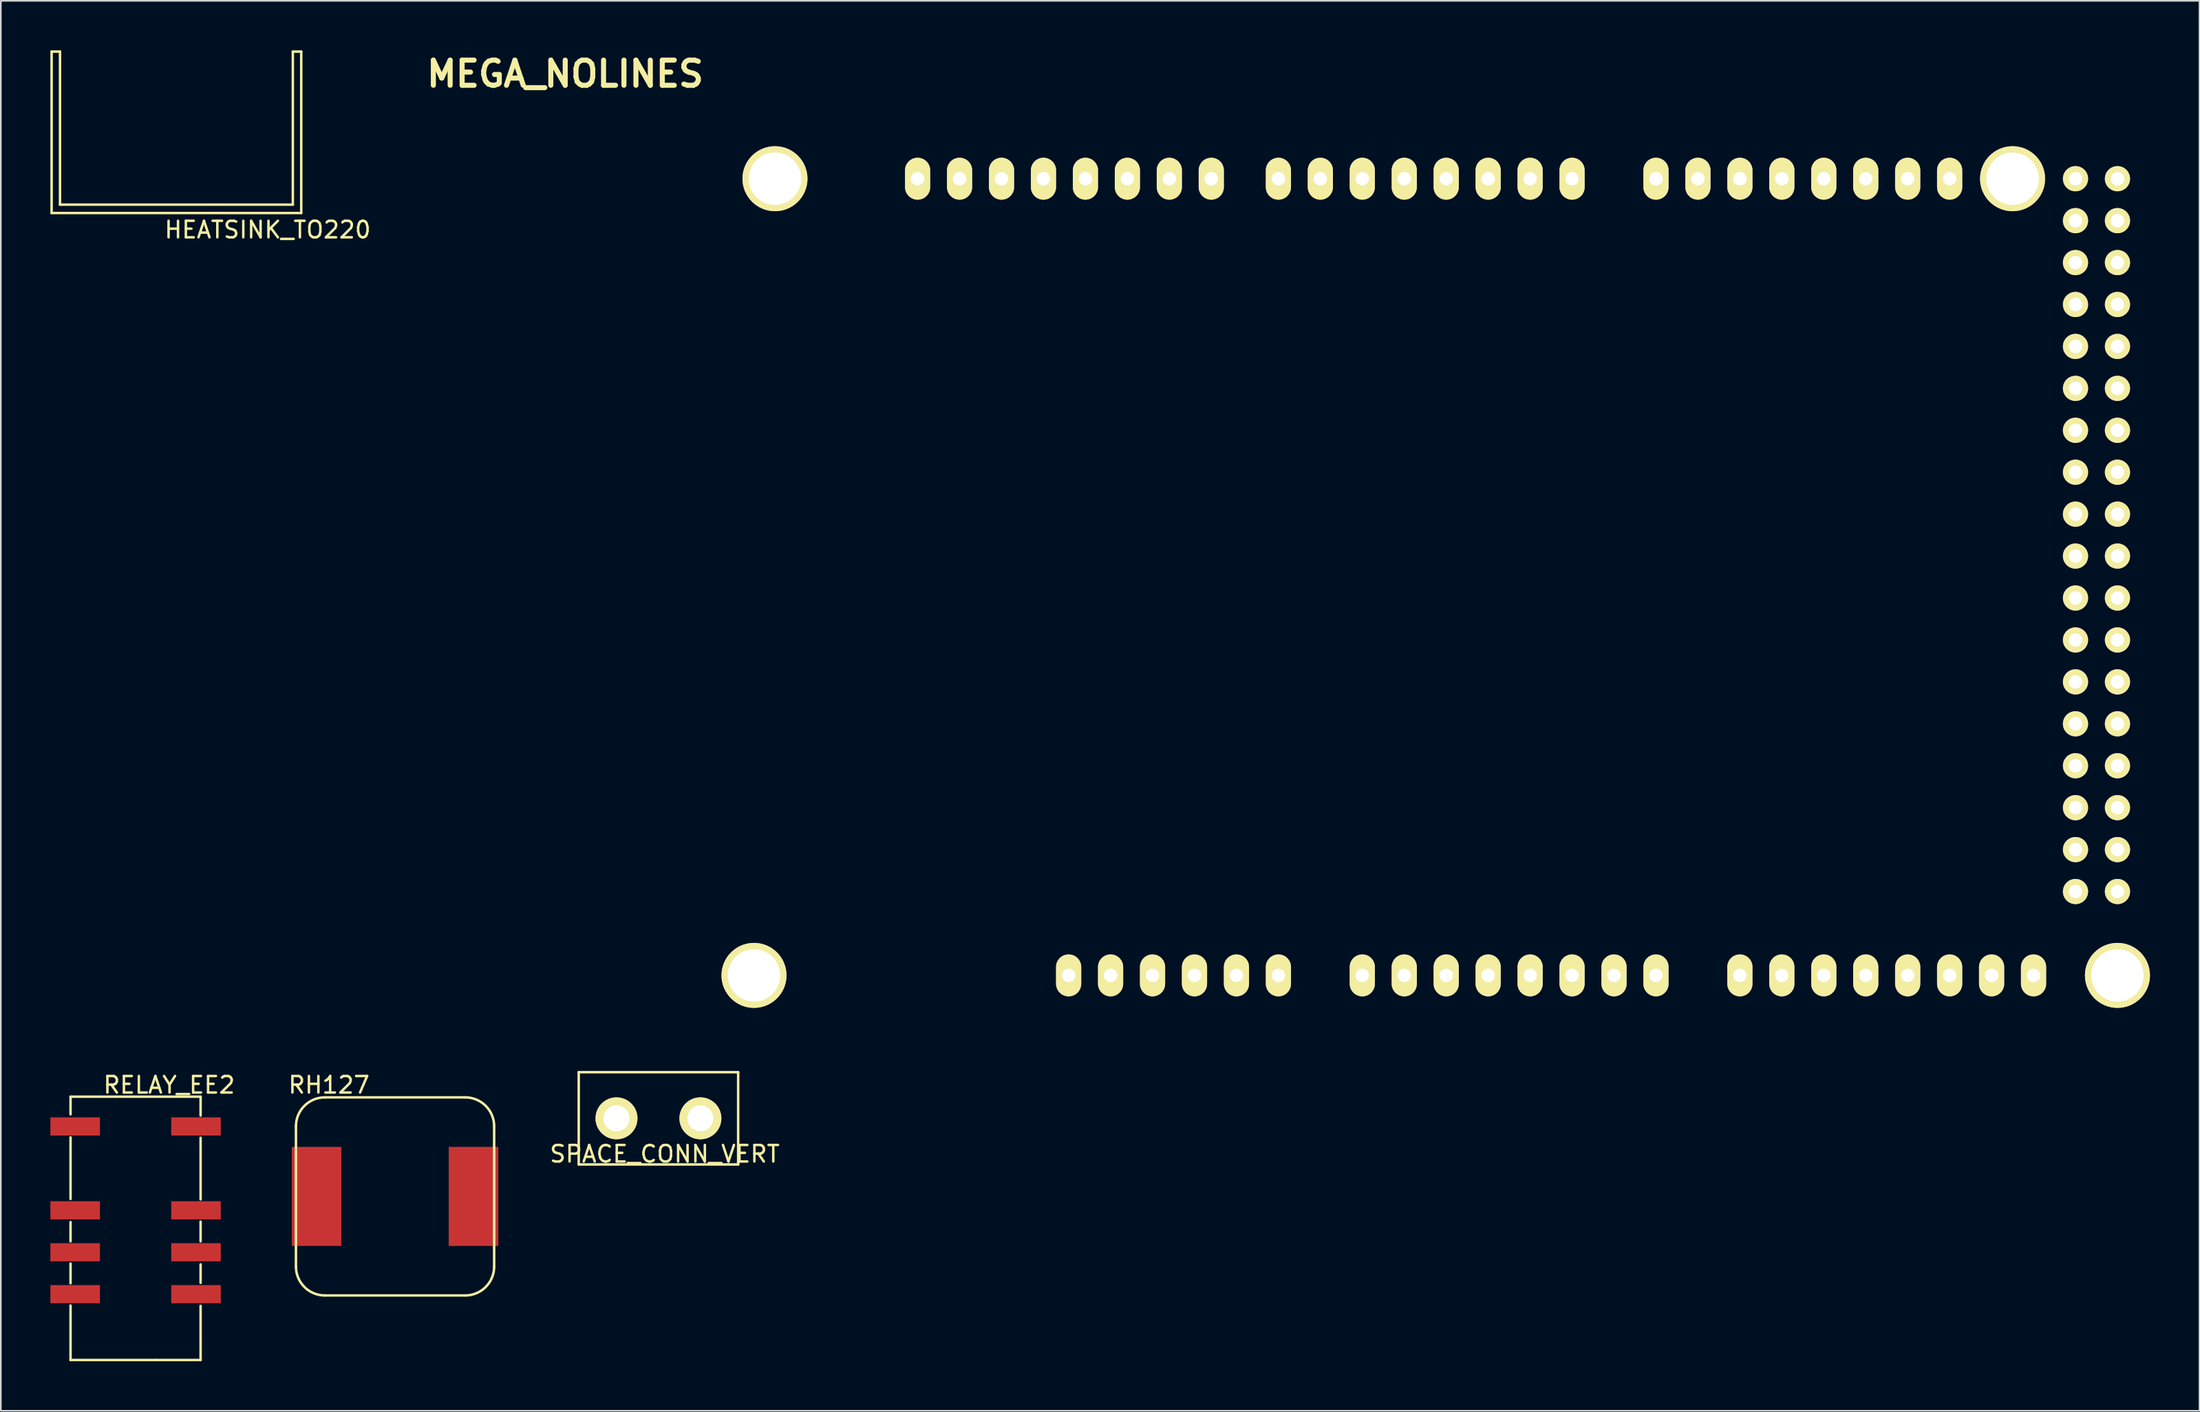
<source format=kicad_pcb>
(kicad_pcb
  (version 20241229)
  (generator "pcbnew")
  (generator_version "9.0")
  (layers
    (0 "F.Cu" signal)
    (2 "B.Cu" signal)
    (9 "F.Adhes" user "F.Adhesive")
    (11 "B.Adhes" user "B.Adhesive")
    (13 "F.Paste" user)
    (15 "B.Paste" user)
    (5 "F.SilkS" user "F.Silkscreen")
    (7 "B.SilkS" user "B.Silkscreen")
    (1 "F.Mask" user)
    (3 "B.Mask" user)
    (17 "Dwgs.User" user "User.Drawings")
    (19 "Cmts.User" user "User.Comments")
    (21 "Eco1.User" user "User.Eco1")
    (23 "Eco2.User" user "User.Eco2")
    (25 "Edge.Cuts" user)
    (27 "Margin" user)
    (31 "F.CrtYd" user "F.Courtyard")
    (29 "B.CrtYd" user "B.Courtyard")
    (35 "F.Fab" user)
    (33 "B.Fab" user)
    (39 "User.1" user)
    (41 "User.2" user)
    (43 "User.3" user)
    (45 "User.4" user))
  (footprint "MEGA_NOLINES"
    (layer "F.Cu")
    (at 28.63 58.576)
    (property "Reference" "MEGA_NOLINES" (at 2.54 -57.15 0) (layer "F.SilkS") (effects (font (size 1.524 1.524) (thickness 0.305))))
    (attr through_hole)
    (pad "" thru_hole circle (at 13.97 -2.54 90) (size 3.937 3.937) (drill 3.175) (layers "*.Cu" "*.Mask" "F.SilkS"))
    (pad "" thru_hole circle (at 15.24 -50.8 90) (size 3.937 3.937) (drill 3.175) (layers "*.Cu" "*.Mask" "F.SilkS"))
    (pad "" thru_hole circle (at 90.17 -50.8 90) (size 3.937 3.937) (drill 3.175) (layers "*.Cu" "*.Mask" "F.SilkS"))
    (pad "" thru_hole circle (at 96.52 -2.54 90) (size 3.937 3.937) (drill 3.175) (layers "*.Cu" "*.Mask" "F.SilkS"))
    (pad "0" thru_hole oval (at 63.5 -50.8 90) (size 2.54 1.524) (drill 0.813) (layers "*.Cu" "*.Mask" "F.SilkS"))
    (pad "1" thru_hole oval (at 60.96 -50.8 90) (size 2.54 1.524) (drill 0.813) (layers "*.Cu" "*.Mask" "F.SilkS"))
    (pad "2" thru_hole oval (at 58.42 -50.8 90) (size 2.54 1.524) (drill 0.813) (layers "*.Cu" "*.Mask" "F.SilkS"))
    (pad "3" thru_hole oval (at 55.88 -50.8 90) (size 2.54 1.524) (drill 0.813) (layers "*.Cu" "*.Mask" "F.SilkS"))
    (pad "3V3" thru_hole oval (at 35.56 -2.54 90) (size 2.54 1.524) (drill 0.813) (layers "*.Cu" "*.Mask" "F.SilkS"))
    (pad "4" thru_hole oval (at 53.34 -50.8 90) (size 2.54 1.524) (drill 0.813) (layers "*.Cu" "*.Mask" "F.SilkS"))
    (pad "5" thru_hole oval (at 50.8 -50.8 90) (size 2.54 1.524) (drill 0.813) (layers "*.Cu" "*.Mask" "F.SilkS"))
    (pad "5V" thru_hole oval (at 38.1 -2.54 90) (size 2.54 1.524) (drill 0.813) (layers "*.Cu" "*.Mask" "F.SilkS"))
    (pad "5V_4" thru_hole circle (at 93.98 -50.8) (size 1.524 1.524) (drill 0.813) (layers "*.Cu" "*.Mask" "F.SilkS"))
    (pad "5V_5" thru_hole circle (at 96.52 -50.8) (size 1.524 1.524) (drill 0.813) (layers "*.Cu" "*.Mask" "F.SilkS"))
    (pad "6" thru_hole oval (at 48.26 -50.8 90) (size 2.54 1.524) (drill 0.813) (layers "*.Cu" "*.Mask" "F.SilkS"))
    (pad "7" thru_hole oval (at 45.72 -50.8 90) (size 2.54 1.524) (drill 0.813) (layers "*.Cu" "*.Mask" "F.SilkS"))
    (pad "8" thru_hole oval (at 41.656 -50.8 90) (size 2.54 1.524) (drill 0.813) (layers "*.Cu" "*.Mask" "F.SilkS"))
    (pad "9" thru_hole oval (at 39.116 -50.8 90) (size 2.54 1.524) (drill 0.813) (layers "*.Cu" "*.Mask" "F.SilkS"))
    (pad "10" thru_hole oval (at 36.576 -50.8 90) (size 2.54 1.524) (drill 0.813) (layers "*.Cu" "*.Mask" "F.SilkS"))
    (pad "11" thru_hole oval (at 34.036 -50.8 90) (size 2.54 1.524) (drill 0.813) (layers "*.Cu" "*.Mask" "F.SilkS"))
    (pad "12" thru_hole oval (at 31.496 -50.8 90) (size 2.54 1.524) (drill 0.813) (layers "*.Cu" "*.Mask" "F.SilkS"))
    (pad "13" thru_hole oval (at 28.956 -50.8 90) (size 2.54 1.524) (drill 0.813) (layers "*.Cu" "*.Mask" "F.SilkS"))
    (pad "14" thru_hole oval (at 68.58 -50.8 90) (size 2.54 1.524) (drill 0.813) (layers "*.Cu" "*.Mask" "F.SilkS"))
    (pad "15" thru_hole oval (at 71.12 -50.8 90) (size 2.54 1.524) (drill 0.813) (layers "*.Cu" "*.Mask" "F.SilkS"))
    (pad "16" thru_hole oval (at 73.66 -50.8 90) (size 2.54 1.524) (drill 0.813) (layers "*.Cu" "*.Mask" "F.SilkS"))
    (pad "17" thru_hole oval (at 76.2 -50.8 90) (size 2.54 1.524) (drill 0.813) (layers "*.Cu" "*.Mask" "F.SilkS"))
    (pad "18" thru_hole oval (at 78.74 -50.8 90) (size 2.54 1.524) (drill 0.813) (layers "*.Cu" "*.Mask" "F.SilkS"))
    (pad "19" thru_hole oval (at 81.28 -50.8 90) (size 2.54 1.524) (drill 0.813) (layers "*.Cu" "*.Mask" "F.SilkS"))
    (pad "20" thru_hole oval (at 83.82 -50.8 90) (size 2.54 1.524) (drill 0.813) (layers "*.Cu" "*.Mask" "F.SilkS"))
    (pad "21" thru_hole oval (at 86.36 -50.8 90) (size 2.54 1.524) (drill 0.813) (layers "*.Cu" "*.Mask" "F.SilkS"))
    (pad "22" thru_hole circle (at 93.98 -48.26) (size 1.524 1.524) (drill 0.813) (layers "*.Cu" "*.Mask" "F.SilkS"))
    (pad "23" thru_hole circle (at 96.52 -48.26) (size 1.524 1.524) (drill 0.813) (layers "*.Cu" "*.Mask" "F.SilkS"))
    (pad "24" thru_hole circle (at 93.98 -45.72) (size 1.524 1.524) (drill 0.813) (layers "*.Cu" "*.Mask" "F.SilkS"))
    (pad "25" thru_hole circle (at 96.52 -45.72) (size 1.524 1.524) (drill 0.813) (layers "*.Cu" "*.Mask" "F.SilkS"))
    (pad "26" thru_hole circle (at 93.98 -43.18) (size 1.524 1.524) (drill 0.813) (layers "*.Cu" "*.Mask" "F.SilkS"))
    (pad "27" thru_hole circle (at 96.52 -43.18) (size 1.524 1.524) (drill 0.813) (layers "*.Cu" "*.Mask" "F.SilkS"))
    (pad "28" thru_hole circle (at 93.98 -40.64) (size 1.524 1.524) (drill 0.813) (layers "*.Cu" "*.Mask" "F.SilkS"))
    (pad "29" thru_hole circle (at 96.52 -40.64) (size 1.524 1.524) (drill 0.813) (layers "*.Cu" "*.Mask" "F.SilkS"))
    (pad "30" thru_hole circle (at 93.98 -38.1) (size 1.524 1.524) (drill 0.813) (layers "*.Cu" "*.Mask" "F.SilkS"))
    (pad "31" thru_hole circle (at 96.52 -38.1) (size 1.524 1.524) (drill 0.813) (layers "*.Cu" "*.Mask" "F.SilkS"))
    (pad "32" thru_hole circle (at 93.98 -35.56) (size 1.524 1.524) (drill 0.813) (layers "*.Cu" "*.Mask" "F.SilkS"))
    (pad "33" thru_hole circle (at 96.52 -35.56) (size 1.524 1.524) (drill 0.813) (layers "*.Cu" "*.Mask" "F.SilkS"))
    (pad "34" thru_hole circle (at 93.98 -33.02) (size 1.524 1.524) (drill 0.813) (layers "*.Cu" "*.Mask" "F.SilkS"))
    (pad "35" thru_hole circle (at 96.52 -33.02) (size 1.524 1.524) (drill 0.813) (layers "*.Cu" "*.Mask" "F.SilkS"))
    (pad "36" thru_hole circle (at 93.98 -30.48) (size 1.524 1.524) (drill 0.813) (layers "*.Cu" "*.Mask" "F.SilkS"))
    (pad "37" thru_hole circle (at 96.52 -30.48) (size 1.524 1.524) (drill 0.813) (layers "*.Cu" "*.Mask" "F.SilkS"))
    (pad "38" thru_hole circle (at 93.98 -27.94) (size 1.524 1.524) (drill 0.813) (layers "*.Cu" "*.Mask" "F.SilkS"))
    (pad "39" thru_hole circle (at 96.52 -27.94) (size 1.524 1.524) (drill 0.813) (layers "*.Cu" "*.Mask" "F.SilkS"))
    (pad "40" thru_hole circle (at 93.98 -25.4) (size 1.524 1.524) (drill 0.813) (layers "*.Cu" "*.Mask" "F.SilkS"))
    (pad "41" thru_hole circle (at 96.52 -25.4) (size 1.524 1.524) (drill 0.813) (layers "*.Cu" "*.Mask" "F.SilkS"))
    (pad "42" thru_hole circle (at 93.98 -22.86) (size 1.524 1.524) (drill 0.813) (layers "*.Cu" "*.Mask" "F.SilkS"))
    (pad "43" thru_hole circle (at 96.52 -22.86) (size 1.524 1.524) (drill 0.813) (layers "*.Cu" "*.Mask" "F.SilkS"))
    (pad "44" thru_hole circle (at 93.98 -20.32) (size 1.524 1.524) (drill 0.813) (layers "*.Cu" "*.Mask" "F.SilkS"))
    (pad "45" thru_hole circle (at 96.52 -20.32) (size 1.524 1.524) (drill 0.813) (layers "*.Cu" "*.Mask" "F.SilkS"))
    (pad "46" thru_hole circle (at 93.98 -17.78) (size 1.524 1.524) (drill 0.813) (layers "*.Cu" "*.Mask" "F.SilkS"))
    (pad "47" thru_hole circle (at 96.52 -17.78) (size 1.524 1.524) (drill 0.813) (layers "*.Cu" "*.Mask" "F.SilkS"))
    (pad "48" thru_hole circle (at 93.98 -15.24) (size 1.524 1.524) (drill 0.813) (layers "*.Cu" "*.Mask" "F.SilkS"))
    (pad "49" thru_hole circle (at 96.52 -15.24) (size 1.524 1.524) (drill 0.813) (layers "*.Cu" "*.Mask" "F.SilkS"))
    (pad "50" thru_hole circle (at 93.98 -12.7) (size 1.524 1.524) (drill 0.813) (layers "*.Cu" "*.Mask" "F.SilkS"))
    (pad "51" thru_hole circle (at 96.52 -12.7) (size 1.524 1.524) (drill 0.813) (layers "*.Cu" "*.Mask" "F.SilkS"))
    (pad "52" thru_hole circle (at 93.98 -10.16) (size 1.524 1.524) (drill 0.813) (layers "*.Cu" "*.Mask" "F.SilkS"))
    (pad "53" thru_hole circle (at 96.52 -10.16) (size 1.524 1.524) (drill 0.813) (layers "*.Cu" "*.Mask" "F.SilkS"))
    (pad "AD0" thru_hole oval (at 50.8 -2.54 90) (size 2.54 1.524) (drill 0.813) (layers "*.Cu" "*.Mask" "F.SilkS"))
    (pad "AD1" thru_hole oval (at 53.34 -2.54 90) (size 2.54 1.524) (drill 0.813) (layers "*.Cu" "*.Mask" "F.SilkS"))
    (pad "AD2" thru_hole oval (at 55.88 -2.54 90) (size 2.54 1.524) (drill 0.813) (layers "*.Cu" "*.Mask" "F.SilkS"))
    (pad "AD3" thru_hole oval (at 58.42 -2.54 90) (size 2.54 1.524) (drill 0.813) (layers "*.Cu" "*.Mask" "F.SilkS"))
    (pad "AD4" thru_hole oval (at 60.96 -2.54 90) (size 2.54 1.524) (drill 0.813) (layers "*.Cu" "*.Mask" "F.SilkS"))
    (pad "AD5" thru_hole oval (at 63.5 -2.54 90) (size 2.54 1.524) (drill 0.813) (layers "*.Cu" "*.Mask" "F.SilkS"))
    (pad "AD6" thru_hole oval (at 66.04 -2.54 90) (size 2.54 1.524) (drill 0.813) (layers "*.Cu" "*.Mask" "F.SilkS"))
    (pad "AD7" thru_hole oval (at 68.58 -2.54 90) (size 2.54 1.524) (drill 0.813) (layers "*.Cu" "*.Mask" "F.SilkS"))
    (pad "AD8" thru_hole oval (at 73.66 -2.54 90) (size 2.54 1.524) (drill 0.813) (layers "*.Cu" "*.Mask" "F.SilkS"))
    (pad "AD9" thru_hole oval (at 76.2 -2.54 90) (size 2.54 1.524) (drill 0.813) (layers "*.Cu" "*.Mask" "F.SilkS"))
    (pad "AD10" thru_hole oval (at 78.74 -2.54 90) (size 2.54 1.524) (drill 0.813) (layers "*.Cu" "*.Mask" "F.SilkS"))
    (pad "AD11" thru_hole oval (at 81.28 -2.54 90) (size 2.54 1.524) (drill 0.813) (layers "*.Cu" "*.Mask" "F.SilkS"))
    (pad "AD12" thru_hole oval (at 83.82 -2.54 90) (size 2.54 1.524) (drill 0.813) (layers "*.Cu" "*.Mask" "F.SilkS"))
    (pad "AD13" thru_hole oval (at 86.36 -2.54 90) (size 2.54 1.524) (drill 0.813) (layers "*.Cu" "*.Mask" "F.SilkS"))
    (pad "AD14" thru_hole oval (at 88.9 -2.54 90) (size 2.54 1.524) (drill 0.813) (layers "*.Cu" "*.Mask" "F.SilkS"))
    (pad "AD15" thru_hole oval (at 91.44 -2.54 90) (size 2.54 1.524) (drill 0.813) (layers "*.Cu" "*.Mask" "F.SilkS"))
    (pad "AREF" thru_hole oval (at 23.876 -50.8 90) (size 2.54 1.524) (drill 0.813) (layers "*.Cu" "*.Mask" "F.SilkS"))
    (pad "GND1" thru_hole oval (at 40.64 -2.54 90) (size 2.54 1.524) (drill 0.813) (layers "*.Cu" "*.Mask" "F.SilkS"))
    (pad "GND2" thru_hole oval (at 43.18 -2.54 90) (size 2.54 1.524) (drill 0.813) (layers "*.Cu" "*.Mask" "F.SilkS"))
    (pad "GND3" thru_hole oval (at 26.416 -50.8 90) (size 2.54 1.524) (drill 0.813) (layers "*.Cu" "*.Mask" "F.SilkS"))
    (pad "GND4" thru_hole circle (at 93.98 -7.62) (size 1.524 1.524) (drill 0.813) (layers "*.Cu" "*.Mask" "F.SilkS"))
    (pad "GND5" thru_hole circle (at 96.52 -7.62) (size 1.524 1.524) (drill 0.813) (layers "*.Cu" "*.Mask" "F.SilkS"))
    (pad "RST" thru_hole oval (at 33.02 -2.54 90) (size 2.54 1.524) (drill 0.813) (layers "*.Cu" "*.Mask" "F.SilkS"))
    (pad "V_IN" thru_hole oval (at 45.72 -2.54 90) (size 2.54 1.524) (drill 0.813) (layers "*.Cu" "*.Mask" "F.SilkS")))
  (footprint "RH127"
    (layer "F.Cu")
    (at 18.118 70.425)
    (property "Reference" "RH127" (at -1.25 -7.75 0) (layer "F.SilkS") (effects (font (size 1 1) (thickness 0.15))))
    (attr through_hole)
    (fp_line (start -3.25 -5.25) (end -3.25 3.25) (stroke (width 0.15) (type solid)) (layer "F.SilkS"))
    (fp_line (start -1.5 5) (end 7 5) (stroke (width 0.15) (type solid)) (layer "F.SilkS"))
    (fp_line (start 7 -7) (end -1.5 -7) (stroke (width 0.15) (type solid)) (layer "F.SilkS"))
    (fp_line (start 8.75 3.25) (end 8.75 -5.25) (stroke (width 0.15) (type solid)) (layer "F.SilkS"))
    (fp_arc (start -3.25 -5.25) (mid -2.737437 -6.487437) (end -1.5 -7) (stroke (width 0.15) (type solid)) (layer "F.SilkS"))
    (fp_arc (start -1.5 5) (mid -2.737437 4.487437) (end -3.25 3.25) (stroke (width 0.15) (type solid)) (layer "F.SilkS"))
    (fp_arc (start 7 -7) (mid 8.237437 -6.487437) (end 8.75 -5.25) (stroke (width 0.15) (type solid)) (layer "F.SilkS"))
    (fp_arc (start 8.75 3.25) (mid 8.237437 4.487437) (end 7 5) (stroke (width 0.15) (type solid)) (layer "F.SilkS"))
    (pad "1" smd rect (at -2 -1) (size 3 6) (layers "F.Cu" "F.Mask" "F.Paste"))
    (pad "2" smd rect (at 7.5 -1) (size 3 6) (layers "F.Cu" "F.Mask" "F.Paste")))
  (footprint "HEATSINK_TO220"
    (layer "F.Cu")
    (at 3.758 5.282)
    (property "Reference" "HEATSINK_TO220" (at 9.398 5.588 0) (layer "F.SilkS") (effects (font (size 1 1) (thickness 0.15))))
    (attr through_hole)
    (fp_line (start -3.683 -5.207) (end -3.175 -5.207) (stroke (width 0.15) (type solid)) (layer "F.SilkS"))
    (fp_line (start -3.683 4.572) (end -3.683 -5.207) (stroke (width 0.15) (type solid)) (layer "F.SilkS"))
    (fp_line (start -3.175 -5.207) (end -3.175 4.064) (stroke (width 0.15) (type solid)) (layer "F.SilkS"))
    (fp_line (start -3.175 4.064) (end -3.048 4.064) (stroke (width 0.15) (type solid)) (layer "F.SilkS"))
    (fp_line (start -3.048 4.064) (end 10.922 4.064) (stroke (width 0.15) (type solid)) (layer "F.SilkS"))
    (fp_line (start 10.922 -5.207) (end 11.43 -5.207) (stroke (width 0.15) (type solid)) (layer "F.SilkS"))
    (fp_line (start 10.922 4.064) (end 10.922 -5.207) (stroke (width 0.15) (type solid)) (layer "F.SilkS"))
    (fp_line (start 11.43 -5.207) (end 11.43 4.572) (stroke (width 0.15) (type solid)) (layer "F.SilkS"))
    (fp_line (start 11.43 4.572) (end -3.683 4.572) (stroke (width 0.15) (type solid)) (layer "F.SilkS")))
  (footprint "RELAY_EE2"
    (layer "F.Cu")
    (at 7.19 69.175)
    (property "Reference" "RELAY_EE2" (at 0 -6.5 0) (layer "F.SilkS") (effects (font (size 1 1) (thickness 0.15))))
    (attr through_hole)
    (fp_line (start -5.969 -5.791) (end 1.905 -5.791) (stroke (width 0.15) (type solid)) (layer "F.SilkS"))
    (fp_line (start -5.969 -4.724) (end -5.969 -5.791) (stroke (width 0.15) (type solid)) (layer "F.SilkS"))
    (fp_line (start -5.969 -3.327) (end -5.969 0.406) (stroke (width 0.15) (type solid)) (layer "F.SilkS"))
    (fp_line (start -5.969 1.803) (end -5.969 2.972) (stroke (width 0.15) (type solid)) (layer "F.SilkS"))
    (fp_line (start -5.969 4.318) (end -5.969 5.512) (stroke (width 0.15) (type solid)) (layer "F.SilkS"))
    (fp_line (start -5.969 6.858) (end -5.969 10.16) (stroke (width 0.15) (type solid)) (layer "F.SilkS"))
    (fp_line (start -5.969 10.16) (end -0.813 10.16) (stroke (width 0.15) (type solid)) (layer "F.SilkS"))
    (fp_line (start 1.905 -5.791) (end 1.905 -4.648) (stroke (width 0.15) (type solid)) (layer "F.SilkS"))
    (fp_line (start 1.905 -3.302) (end 1.905 0.432) (stroke (width 0.15) (type solid)) (layer "F.SilkS"))
    (fp_line (start 1.905 1.778) (end 1.905 2.972) (stroke (width 0.15) (type solid)) (layer "F.SilkS"))
    (fp_line (start 1.905 4.369) (end 1.905 5.486) (stroke (width 0.15) (type solid)) (layer "F.SilkS"))
    (fp_line (start 1.905 6.883) (end 1.905 10.16) (stroke (width 0.15) (type solid)) (layer "F.SilkS"))
    (fp_line (start 1.905 10.16) (end -0.813 10.16) (stroke (width 0.15) (type solid)) (layer "F.SilkS"))
    (pad "1" smd rect (at -5.69 -3.988) (size 3 1.1) (layers "F.Cu" "F.Mask" "F.Paste"))
    (pad "3" smd rect (at -5.69 1.092) (size 3 1.1) (layers "F.Cu" "F.Mask" "F.Paste"))
    (pad "4" smd rect (at -5.69 3.632) (size 3 1.1) (layers "F.Cu" "F.Mask" "F.Paste"))
    (pad "5" smd rect (at -5.69 6.172) (size 3 1.1) (layers "F.Cu" "F.Mask" "F.Paste"))
    (pad "8" smd rect (at 1.626 6.172) (size 3 1.1) (layers "F.Cu" "F.Mask" "F.Paste"))
    (pad "9" smd rect (at 1.626 3.632) (size 3 1.1) (layers "F.Cu" "F.Mask" "F.Paste"))
    (pad "10" smd rect (at 1.626 1.092) (size 3 1.1) (layers "F.Cu" "F.Mask" "F.Paste"))
    (pad "12" smd rect (at 1.626 -3.988) (size 3 1.1) (layers "F.Cu" "F.Mask" "F.Paste")))
  (footprint "SPACE_CONN_VERT"
    (layer "F.Cu")
    (at 36.561 62.155)
    (property "Reference" "SPACE_CONN_VERT" (at 0.635 4.699 0) (layer "F.SilkS") (effects (font (size 1 1) (thickness 0.15))))
    (attr through_hole)
    (fp_line (start -4.572 -0.254) (end -4.572 5.334) (stroke (width 0.15) (type solid)) (layer "F.SilkS"))
    (fp_line (start -4.572 5.334) (end 5.08 5.334) (stroke (width 0.15) (type solid)) (layer "F.SilkS"))
    (fp_line (start 5.08 -0.254) (end -4.572 -0.254) (stroke (width 0.15) (type solid)) (layer "F.SilkS"))
    (fp_line (start 5.08 5.334) (end 5.08 -0.254) (stroke (width 0.15) (type solid)) (layer "F.SilkS"))
    (pad "1" thru_hole circle (at -2.286 2.54) (size 2.54 2.54) (drill 1.575) (layers "*.Cu" "*.Mask" "F.SilkS"))
    (pad "2" thru_hole circle (at 2.794 2.54) (size 2.54 2.54) (drill 1.575) (layers "*.Cu" "*.Mask" "F.SilkS")))
  (gr_rect
    (start -3 -3)
    (end 130.118 82.41)
    (stroke (width 0.1) (type default))
    (fill no)
    (layer "Edge.Cuts")))
</source>
